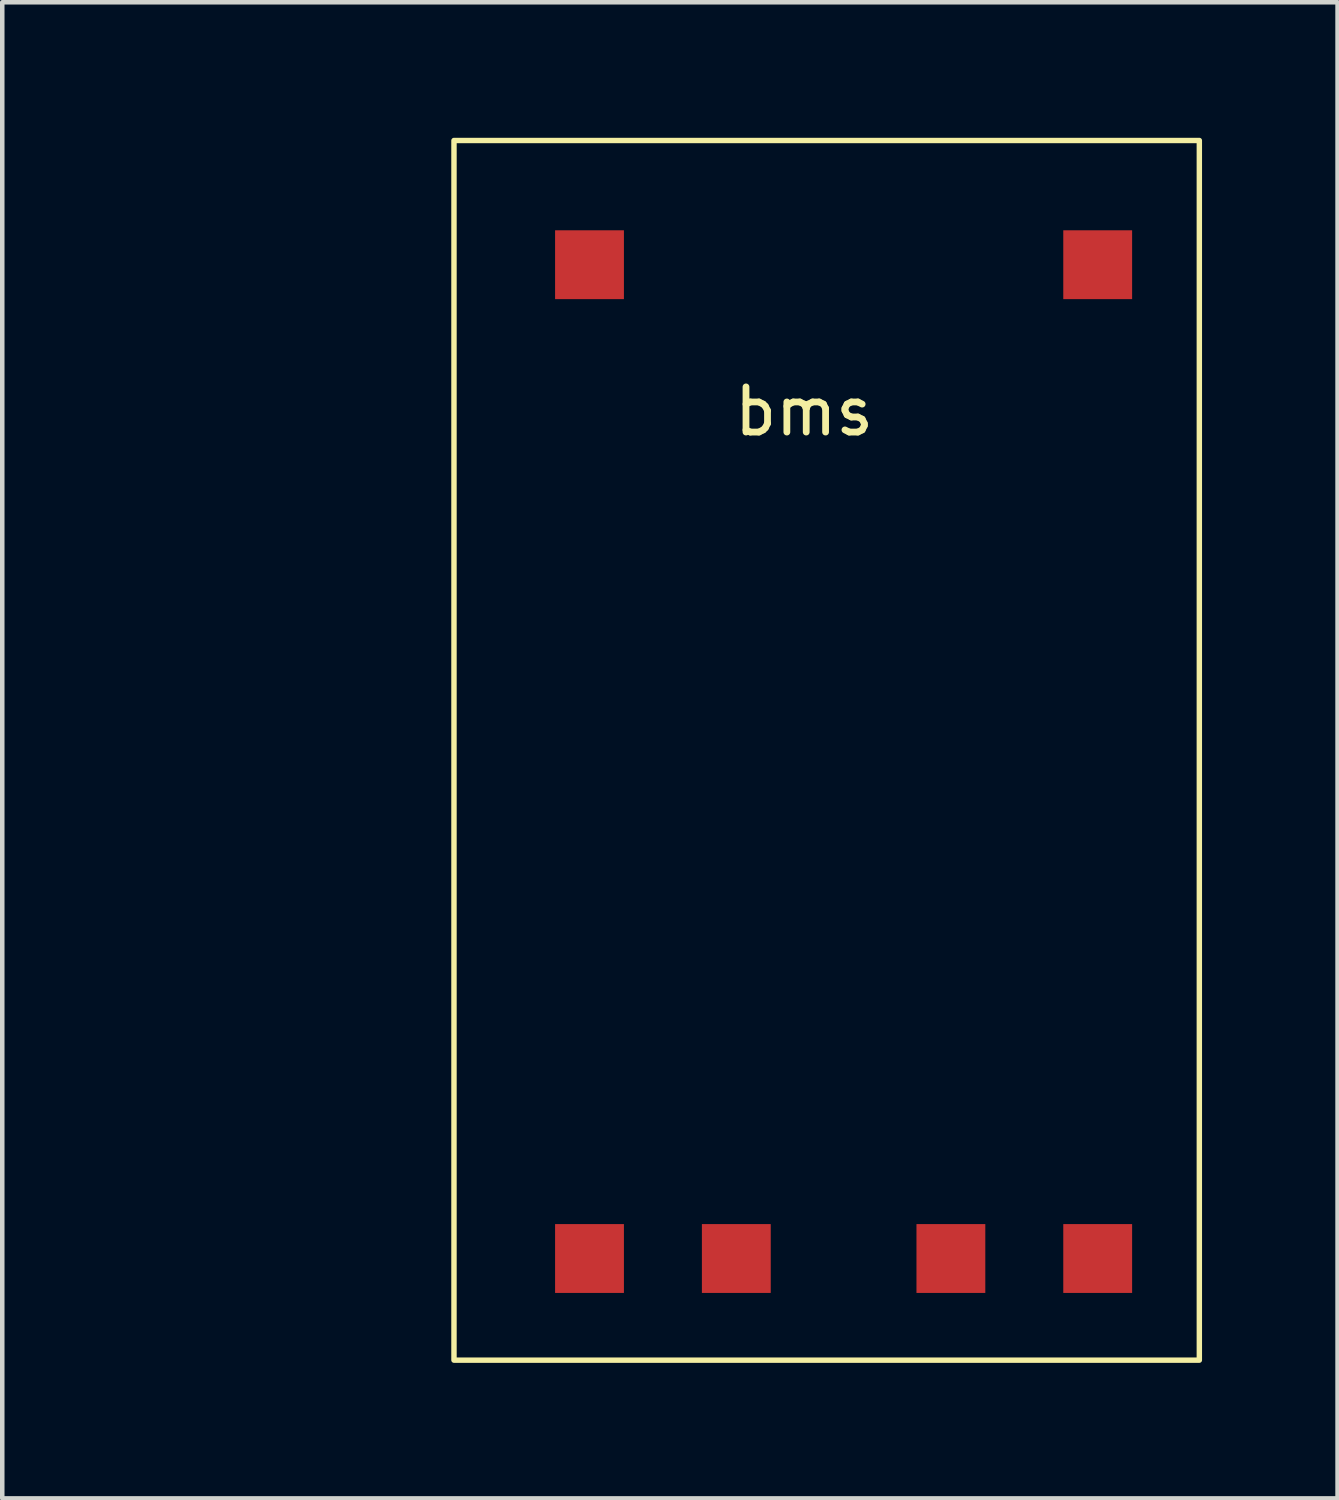
<source format=kicad_pcb>
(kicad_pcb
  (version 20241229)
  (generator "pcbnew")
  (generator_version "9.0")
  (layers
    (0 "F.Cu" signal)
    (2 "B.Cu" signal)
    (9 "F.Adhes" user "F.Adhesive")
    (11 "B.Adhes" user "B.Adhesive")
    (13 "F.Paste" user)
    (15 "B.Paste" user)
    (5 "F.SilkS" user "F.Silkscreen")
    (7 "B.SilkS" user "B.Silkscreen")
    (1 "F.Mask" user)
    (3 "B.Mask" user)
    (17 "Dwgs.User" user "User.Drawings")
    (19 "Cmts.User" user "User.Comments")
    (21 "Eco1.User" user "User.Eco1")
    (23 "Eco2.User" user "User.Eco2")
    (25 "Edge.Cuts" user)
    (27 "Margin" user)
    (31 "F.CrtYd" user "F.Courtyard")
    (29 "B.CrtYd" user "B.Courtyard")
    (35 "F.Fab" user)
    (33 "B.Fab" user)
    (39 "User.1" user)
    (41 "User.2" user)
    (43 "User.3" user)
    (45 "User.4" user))
  (footprint "bms"
    (layer "F.Cu")
    (at 0.25 2.81)
    (property "Reference" "bms" (at 14.5 3.25 0) (unlocked yes) (layer "F.SilkS") (effects (font (size 1 1) (thickness 0.15))))
    (attr through_hole)
    (fp_rect (start 6.75 -2.75) (end 23.25 24.25) (stroke (width 0.12) (type default)) (fill no) (layer "F.SilkS"))
    (pad "1" smd rect (at 9.75 22) (size 1.524 1.524) (layers "F.Cu" "F.Mask" "F.Paste"))
    (pad "2" smd rect (at 21 22) (size 1.524 1.524) (layers "F.Cu" "F.Mask" "F.Paste"))
    (pad "3" smd rect (at 13 22) (size 1.524 1.524) (layers "F.Cu" "F.Mask" "F.Paste"))
    (pad "4" smd rect (at 17.75 22) (size 1.524 1.524) (layers "F.Cu" "F.Mask" "F.Paste"))
    (pad "5" smd rect (at 9.75 0) (size 1.524 1.524) (layers "F.Cu" "F.Mask" "F.Paste"))
    (pad "6" smd rect (at 21 0) (size 1.524 1.524) (layers "F.Cu" "F.Mask" "F.Paste")))
  (gr_rect
    (start -3 -3)
    (end 26.56 30.12)
    (stroke (width 0.1) (type default))
    (fill no)
    (layer "Edge.Cuts")))
</source>
